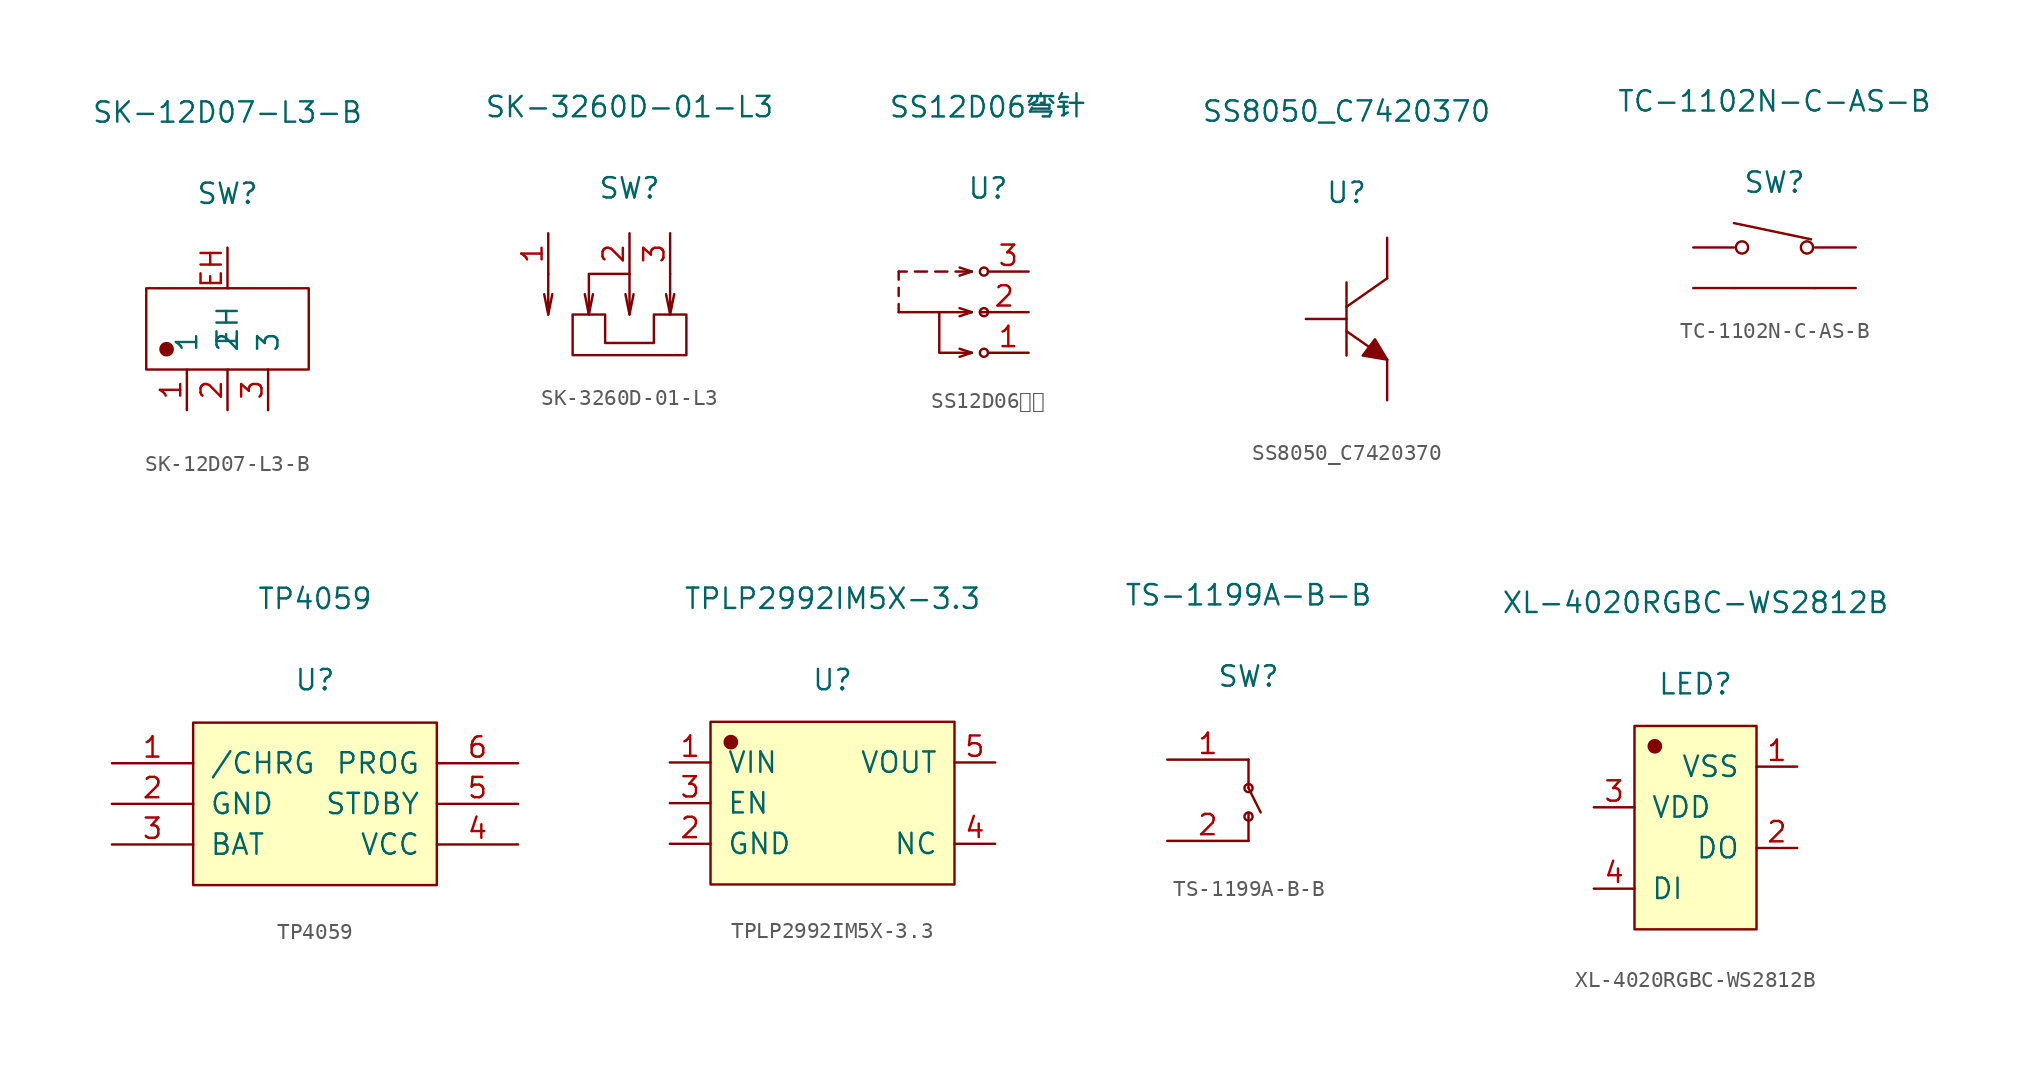
<source format=kicad_sym>
(kicad_symbol_lib
  (version 20231120)
  (generator "kicad_symbol_editor")
  (generator_version "8.0")
  (symbol "SK-12D07-L3-B"
    (pin_names
      (offset 1.016))
    (property "Reference" "SW"
      (at 0 8.458 0)
      (effects (font (size 1.27 1.27))))
    (property "Value" "SK-12D07-L3-B"
      (at 0 13.538 0)
      (effects (font (size 1.27 1.27))))
    (symbol "SK-12D07-L3-B_1_1"
      (rectangle (start -5.08 2.54) (end 5.08 -2.54) (stroke (width 0.152) (type solid)) (fill (type none)))
      (circle (center -3.81 -1.27) (radius 0.381) (stroke (width 0.152) (type solid)) (fill (type outline)))
      (pin input line (at -2.54 -5.08 90) (length 2.54) (name "1" (effects (font (size 1.27 1.27)))) (number "1" (effects (font (size 1.27 1.27)))))
      (pin input line (at 0 -5.08 90) (length 2.54) (name "2" (effects (font (size 1.27 1.27)))) (number "2" (effects (font (size 1.27 1.27)))))
      (pin input line (at 2.54 -5.08 90) (length 2.54) (name "3" (effects (font (size 1.27 1.27)))) (number "3" (effects (font (size 1.27 1.27)))))
      (pin input line (at 0 5.08 270) (length 2.54) (name "EH" (effects (font (size 1.27 1.27)))) (number "EH" (effects (font (size 1.27 1.27)))))))
  (symbol "SK-3260D-01-L3"
    (pin_names
      (offset 1.016) hide)
    (property "Reference" "SW"
      (at 0 7.899 0)
      (effects (font (size 1.27 1.27))))
    (property "Value" "SK-3260D-01-L3"
      (at 0 12.979 0)
      (effects (font (size 1.27 1.27))))
    (symbol "SK-3260D-01-L3_1_1"
      (polyline (pts (xy -5.08 0) (xy -5.334 1.27)) (stroke (width 0.152) (type solid)) (fill (type none)))
      (polyline (pts (xy -2.54 0) (xy -2.794 1.27)) (stroke (width 0.152) (type solid)) (fill (type none)))
      (polyline (pts (xy 0 0) (xy -0.254 1.27)) (stroke (width 0.152) (type solid)) (fill (type none)))
      (polyline (pts (xy 2.54 0) (xy 2.286 1.27)) (stroke (width 0.152) (type solid)) (fill (type none)))
      (polyline (pts (xy -5.08 2.54) (xy -5.08 0) (xy -4.826 1.27)) (stroke (width 0.152) (type solid)) (fill (type none)))
      (polyline (pts (xy 0 2.54) (xy 0 0) (xy 0.254 1.27)) (stroke (width 0.152) (type solid)) (fill (type none)))
      (polyline (pts (xy 2.54 2.54) (xy 2.54 0) (xy 2.794 1.27)) (stroke (width 0.152) (type solid)) (fill (type none)))
      (polyline (pts (xy 0 2.54) (xy -2.54 2.54) (xy -2.54 0) (xy -2.286 1.27)) (stroke (width 0.152) (type solid)) (fill (type none)))
      (polyline (pts (xy -3.556 -2.54) (xy -3.556 0) (xy -1.524 0) (xy -1.524 -1.778) (xy 1.524 -1.778) (xy 1.524 0) (xy 3.556 0) (xy 3.556 -2.54) (xy -3.556 -2.54)) (stroke (width 0.152) (type solid)) (fill (type none)))
      (pin input line (at -5.08 5.08 270) (length 2.54) (name "1" (effects (font (size 1.27 1.27)))) (number "1" (effects (font (size 1.27 1.27)))))
      (pin input line (at 0 5.08 270) (length 2.54) (name "2" (effects (font (size 1.27 1.27)))) (number "2" (effects (font (size 1.27 1.27)))))
      (pin input line (at 2.54 5.08 270) (length 2.54) (name "3" (effects (font (size 1.27 1.27)))) (number "3" (effects (font (size 1.27 1.27)))))))
  (symbol "SS12D06弯针"
    (pin_names
      (offset 1.016) hide)
    (property "Reference" "U"
      (at 0 7.747 0)
      (effects (font (size 1.27 1.27))))
    (property "Value" "SS12D06弯针"
      (at 0 12.827 0)
      (effects (font (size 1.27 1.27))))
    (symbol "SS12D06弯针_1_1"
      (circle (center -0.254 -2.54) (radius 0.254) (stroke (width 0.152) (type solid)) (fill (type none)))
      (circle (center -0.254 0) (radius 0.254) (stroke (width 0.152) (type solid)) (fill (type none)))
      (circle (center -0.254 2.54) (radius 0.254) (stroke (width 0.152) (type solid)) (fill (type none)))
      (polyline (pts (xy -5.588 0) (xy -5.588 0.508)) (stroke (width 0.152) (type solid)) (fill (type none)))
      (polyline (pts (xy -5.588 1.016) (xy -5.588 1.524)) (stroke (width 0.152) (type solid)) (fill (type none)))
      (polyline (pts (xy -5.588 2.032) (xy -5.588 2.54)) (stroke (width 0.152) (type solid)) (fill (type none)))
      (polyline (pts (xy -5.588 2.54) (xy -5.08 2.54)) (stroke (width 0.152) (type solid)) (fill (type none)))
      (polyline (pts (xy -4.572 2.54) (xy -3.81 2.54)) (stroke (width 0.152) (type solid)) (fill (type none)))
      (polyline (pts (xy -3.302 2.54) (xy -2.54 2.54)) (stroke (width 0.152) (type solid)) (fill (type none)))
      (polyline (pts (xy -3.048 0) (xy -5.588 0)) (stroke (width 0.152) (type solid)) (fill (type none)))
      (polyline (pts (xy -2.032 2.54) (xy -1.27 2.54)) (stroke (width 0.152) (type solid)) (fill (type none)))
      (polyline (pts (xy -1.27 2.54) (xy -1.016 2.54)) (stroke (width 0.152) (type solid)) (fill (type none)))
      (polyline (pts (xy -1.016 -2.54) (xy -1.778 -2.794)) (stroke (width 0.152) (type solid)) (fill (type none)))
      (polyline (pts (xy -1.016 -2.54) (xy -1.778 -2.286)) (stroke (width 0.152) (type solid)) (fill (type none)))
      (polyline (pts (xy -1.016 0) (xy -1.778 -0.254)) (stroke (width 0.152) (type solid)) (fill (type none)))
      (polyline (pts (xy -1.016 0) (xy -1.778 0.254)) (stroke (width 0.152) (type solid)) (fill (type none)))
      (polyline (pts (xy -1.016 2.54) (xy -1.778 2.286)) (stroke (width 0.152) (type solid)) (fill (type none)))
      (polyline (pts (xy -1.016 2.54) (xy -1.778 2.794)) (stroke (width 0.152) (type solid)) (fill (type none)))
      (polyline (pts (xy -1.016 -2.54) (xy -3.048 -2.54) (xy -3.048 0) (xy -1.016 0)) (stroke (width 0.152) (type solid)) (fill (type none)))
      (pin input line (at 2.54 -2.54 180) (length 2.54) (name "1" (effects (font (size 1.27 1.27)))) (number "1" (effects (font (size 1.27 1.27)))))
      (pin input line (at 2.54 0 180) (length 3.048) (name "2" (effects (font (size 1.27 1.27)))) (number "2" (effects (font (size 1.27 1.27)))))
      (pin input line (at 2.54 2.54 180) (length 2.54) (name "3" (effects (font (size 1.27 1.27)))) (number "3" (effects (font (size 1.27 1.27)))))))
  (symbol "SS8050_C7420370"
    (pin_numbers hide)
    (pin_names
      (offset 1.016) hide)
    (property "Reference" "U"
      (at 0 7.899 0)
      (effects (font (size 1.27 1.27))))
    (property "Value" "SS8050_C7420370"
      (at 0 12.979 0)
      (effects (font (size 1.27 1.27))))
    (symbol "SS8050_C7420370_1_1"
      (polyline (pts (xy 0 -0.762) (xy 2.54 -2.54)) (stroke (width 0.152) (type solid)) (fill (type none)))
      (polyline (pts (xy 0 2.286) (xy 0 -2.286)) (stroke (width 0.152) (type solid)) (fill (type none)))
      (polyline (pts (xy 2.54 2.54) (xy 0 0.762)) (stroke (width 0.152) (type solid)) (fill (type none)))
      (polyline (pts (xy 2.54 -2.54) (xy 1.778 -1.27) (xy 1.016 -2.286) (xy 2.54 -2.54)) (stroke (width 0.152) (type solid)) (fill (type outline)))
      (pin input line (at -2.54 0 0) (length 2.54) (name "B" (effects (font (size 1.27 1.27)))) (number "1" (effects (font (size 1.27 1.27)))))
      (pin input line (at 2.54 -5.08 90) (length 2.54) (name "E" (effects (font (size 1.27 1.27)))) (number "2" (effects (font (size 1.27 1.27)))))
      (pin input line (at 2.54 5.08 270) (length 2.54) (name "C" (effects (font (size 1.27 1.27)))) (number "3" (effects (font (size 1.27 1.27)))))))
  (symbol "TC-1102N-C-AS-B"
    (pin_numbers hide)
    (pin_names
      (offset 1.016) hide)
    (property "Reference" "SW"
      (at 0 4.064 0)
      (effects (font (size 1.27 1.27))))
    (property "Value" "TC-1102N-C-AS-B"
      (at 0 9.144 0)
      (effects (font (size 1.27 1.27))))
    (symbol "TC-1102N-C-AS-B_1_1"
      (circle (center -2.032 0) (radius 0.381) (stroke (width 0.152) (type solid)) (fill (type none)))
      (polyline (pts (xy -2.54 -2.54) (xy 2.54 -2.54)) (stroke (width 0.152) (type solid)) (fill (type none)))
      (polyline (pts (xy -2.54 1.524) (xy 2.286 0.508)) (stroke (width 0.152) (type solid)) (fill (type none)))
      (circle (center 2.032 0) (radius 0.381) (stroke (width 0.152) (type solid)) (fill (type none)))
      (pin input line (at -5.08 0 0) (length 2.54) (name "1" (effects (font (size 1.27 1.27)))) (number "1" (effects (font (size 1.27 1.27)))))
      (pin input line (at 5.08 0 180) (length 2.54) (name "2" (effects (font (size 1.27 1.27)))) (number "2" (effects (font (size 1.27 1.27)))))
      (pin input line (at 5.08 -2.54 180) (length 2.54) (name "3" (effects (font (size 1.27 1.27)))) (number "3" (effects (font (size 1.27 1.27)))))
      (pin input line (at -5.08 -2.54 0) (length 2.54) (name "4" (effects (font (size 1.27 1.27)))) (number "4" (effects (font (size 1.27 1.27)))))))
  (symbol "TP4059"
    (pin_names
      (offset 1.016))
    (property "Reference" "U"
      (at 0 7.747 0)
      (effects (font (size 1.27 1.27))))
    (property "Value" "TP4059"
      (at 0 12.827 0)
      (effects (font (size 1.27 1.27))))
    (symbol "TP4059_1_1"
      (rectangle (start -7.62 5.08) (end 7.62 -5.08) (stroke (width 0.152) (type solid)) (fill (type background)))
      (pin input line (at -12.7 2.54 0) (length 5.08) (name "/CHRG" (effects (font (size 1.27 1.27)))) (number "1" (effects (font (size 1.27 1.27)))))
      (pin input line (at -12.7 0 0) (length 5.08) (name "GND" (effects (font (size 1.27 1.27)))) (number "2" (effects (font (size 1.27 1.27)))))
      (pin input line (at -12.7 -2.54 0) (length 5.08) (name "BAT" (effects (font (size 1.27 1.27)))) (number "3" (effects (font (size 1.27 1.27)))))
      (pin input line (at 12.7 -2.54 180) (length 5.08) (name "VCC" (effects (font (size 1.27 1.27)))) (number "4" (effects (font (size 1.27 1.27)))))
      (pin input line (at 12.7 0 180) (length 5.08) (name "STDBY" (effects (font (size 1.27 1.27)))) (number "5" (effects (font (size 1.27 1.27)))))
      (pin input line (at 12.7 2.54 180) (length 5.08) (name "PROG" (effects (font (size 1.27 1.27)))) (number "6" (effects (font (size 1.27 1.27)))))))
  (symbol "TPLP2992IM5X-3.3"
    (pin_names
      (offset 1.016))
    (property "Reference" "U"
      (at 0 7.696 0)
      (effects (font (size 1.27 1.27))))
    (property "Value" "TPLP2992IM5X-3.3"
      (at 0 12.776 0)
      (effects (font (size 1.27 1.27))))
    (symbol "TPLP2992IM5X-3.3_1_1"
      (rectangle (start -7.62 5.08) (end 7.62 -5.08) (stroke (width 0.152) (type solid)) (fill (type background)))
      (circle (center -6.35 3.81) (radius 0.381) (stroke (width 0.152) (type solid)) (fill (type outline)))
      (pin input line (at -10.16 2.54 0) (length 2.54) (name "VIN" (effects (font (size 1.27 1.27)))) (number "1" (effects (font (size 1.27 1.27)))))
      (pin input line (at -10.16 -2.54 0) (length 2.54) (name "GND" (effects (font (size 1.27 1.27)))) (number "2" (effects (font (size 1.27 1.27)))))
      (pin input line (at -10.16 0 0) (length 2.54) (name "EN" (effects (font (size 1.27 1.27)))) (number "3" (effects (font (size 1.27 1.27)))))
      (pin input line (at 10.16 -2.54 180) (length 2.54) (name "NC" (effects (font (size 1.27 1.27)))) (number "4" (effects (font (size 1.27 1.27)))))
      (pin input line (at 10.16 2.54 180) (length 2.54) (name "VOUT" (effects (font (size 1.27 1.27)))) (number "5" (effects (font (size 1.27 1.27)))))))
  (symbol "TS-1199A-B-B"
    (pin_names
      (offset 1.016) hide)
    (property "Reference" "SW"
      (at 0 7.747 0)
      (effects (font (size 1.27 1.27))))
    (property "Value" "TS-1199A-B-B"
      (at 0 12.827 0)
      (effects (font (size 1.27 1.27))))
    (symbol "TS-1199A-B-B_1_1"
      (circle (center 0 -1.016) (radius 0.254) (stroke (width 0.152) (type solid)) (fill (type none)))
      (polyline (pts (xy 0 -2.54) (xy 0 -0.762)) (stroke (width 0.152) (type solid)) (fill (type none)))
      (polyline (pts (xy 0 2.54) (xy 0 0.762)) (stroke (width 0.152) (type solid)) (fill (type none)))
      (polyline (pts (xy 0.762 -0.762) (xy 0 0.762)) (stroke (width 0.152) (type solid)) (fill (type none)))
      (circle (center 0 0.762) (radius 0.254) (stroke (width 0.152) (type solid)) (fill (type none)))
      (pin input line (at -5.08 2.54 0) (length 5.08) (name "1" (effects (font (size 1.27 1.27)))) (number "1" (effects (font (size 1.27 1.27)))))
      (pin input line (at -5.08 -2.54 0) (length 5.08) (name "2" (effects (font (size 1.27 1.27)))) (number "2" (effects (font (size 1.27 1.27)))))))
  (symbol "XL-4020RGBC-WS2812B"
    (pin_names
      (offset 1.016))
    (property "Reference" "LED"
      (at 0 8.966 0)
      (effects (font (size 1.27 1.27))))
    (property "Value" "XL-4020RGBC-WS2812B"
      (at 0 14.046 0)
      (effects (font (size 1.27 1.27))))
    (symbol "XL-4020RGBC-WS2812B_1_1"
      (rectangle (start -3.81 6.35) (end 3.81 -6.35) (stroke (width 0.152) (type solid)) (fill (type background)))
      (circle (center -2.54 5.08) (radius 0.381) (stroke (width 0.152) (type solid)) (fill (type outline)))
      (pin input line (at 6.35 3.81 180) (length 2.54) (name "VSS" (effects (font (size 1.27 1.27)))) (number "1" (effects (font (size 1.27 1.27)))))
      (pin input line (at 6.35 -1.27 180) (length 2.54) (name "DO" (effects (font (size 1.27 1.27)))) (number "2" (effects (font (size 1.27 1.27)))))
      (pin input line (at -6.35 1.27 0) (length 2.54) (name "VDD" (effects (font (size 1.27 1.27)))) (number "3" (effects (font (size 1.27 1.27)))))
      (pin input line (at -6.35 -3.81 0) (length 2.54) (name "DI" (effects (font (size 1.27 1.27)))) (number "4" (effects (font (size 1.27 1.27))))))))
</source>
